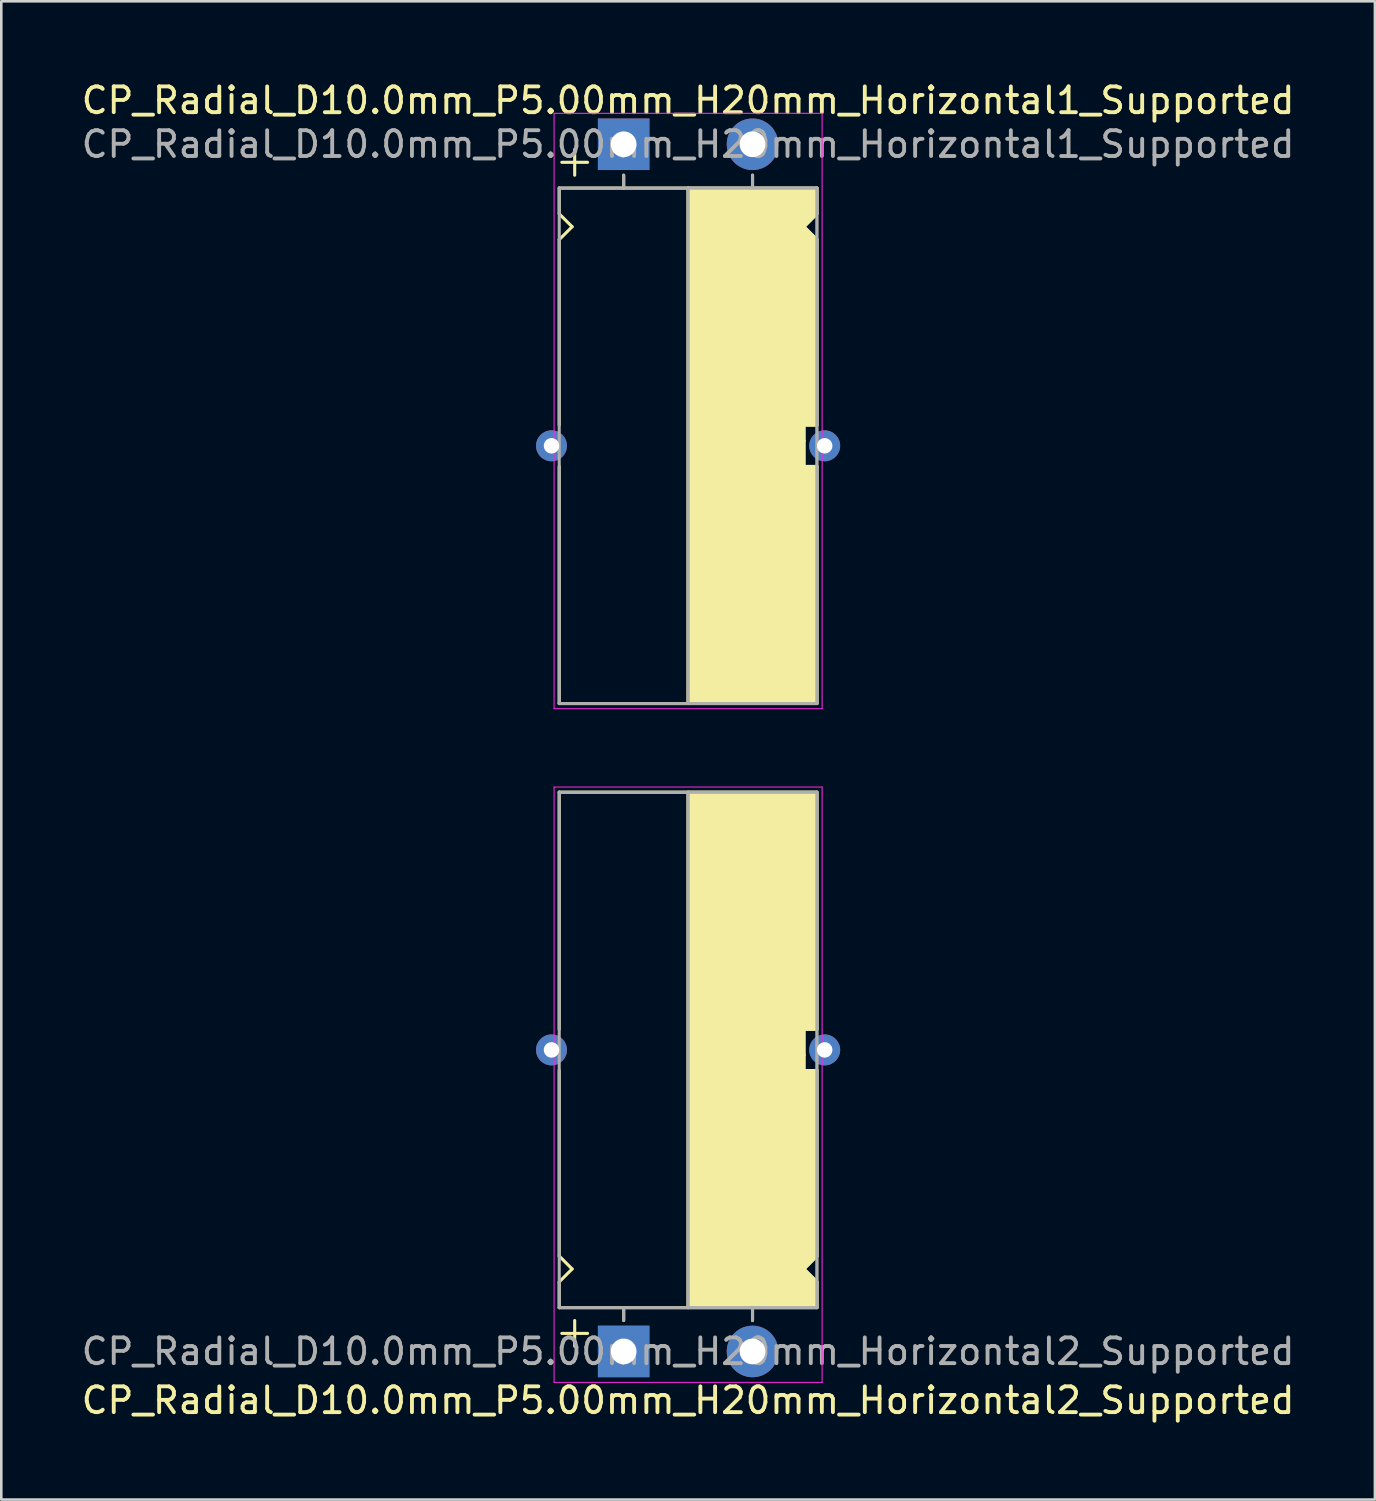
<source format=kicad_pcb>
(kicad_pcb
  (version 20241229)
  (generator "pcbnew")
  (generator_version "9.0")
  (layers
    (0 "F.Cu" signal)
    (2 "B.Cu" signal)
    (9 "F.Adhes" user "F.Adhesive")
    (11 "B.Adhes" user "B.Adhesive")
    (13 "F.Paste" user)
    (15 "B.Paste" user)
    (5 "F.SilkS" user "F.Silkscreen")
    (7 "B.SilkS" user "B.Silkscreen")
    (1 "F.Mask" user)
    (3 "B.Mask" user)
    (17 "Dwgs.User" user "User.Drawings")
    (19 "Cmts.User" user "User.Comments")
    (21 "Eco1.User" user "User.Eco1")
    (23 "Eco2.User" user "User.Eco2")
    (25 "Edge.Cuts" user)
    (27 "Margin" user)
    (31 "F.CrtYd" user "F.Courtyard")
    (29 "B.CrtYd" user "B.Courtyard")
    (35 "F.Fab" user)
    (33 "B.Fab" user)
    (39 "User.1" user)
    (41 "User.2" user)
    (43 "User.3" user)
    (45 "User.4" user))
  (footprint "CP_Radial_D10.0mm_P5.00mm_H20mm_Horizontal1_Supported"
    (layer "F.Cu")
    (at 21.149 2.548)
    (property "Reference" "CP_Radial_D10.0mm_P5.00mm_H20mm_Horizontal1_Supported" (at 2.5 -1.7 0) (layer "F.SilkS") (effects (font (size 1 1) (thickness 0.15))))
    (attr through_hole)
    (fp_line (start -2.5 1.7) (end -2.5 2.7) (stroke (width 0.12) (type solid)) (layer "F.SilkS"))
    (fp_line (start -2.5 2.7) (end -2 3.2) (stroke (width 0.12) (type solid)) (layer "F.SilkS"))
    (fp_line (start -2.5 3.7) (end -2.5 10.9) (stroke (width 0.12) (type solid)) (layer "F.SilkS"))
    (fp_line (start -2.5 12.5) (end -2.5 21.7) (stroke (width 0.12) (type solid)) (layer "F.SilkS"))
    (fp_line (start -2.5 21.7) (end 7.5 21.7) (stroke (width 0.12) (type solid)) (layer "F.SilkS"))
    (fp_line (start -2 3.2) (end -2.5 3.7) (stroke (width 0.12) (type solid)) (layer "F.SilkS"))
    (fp_line (start -1.9 0.2) (end -1.9 1.2) (stroke (width 0.12) (type solid)) (layer "F.SilkS"))
    (fp_line (start -1.4 0.7) (end -2.4 0.7) (stroke (width 0.12) (type solid)) (layer "F.SilkS"))
    (fp_line (start 0 1.7) (end 0 1.2) (stroke (width 0.12) (type solid)) (layer "F.SilkS"))
    (fp_line (start 2.5 1.7) (end -2.5 1.7) (stroke (width 0.12) (type solid)) (layer "F.SilkS"))
    (fp_line (start 2.5 21.7) (end 2.5 1.7) (stroke (width 0.12) (type solid)) (layer "F.SilkS"))
    (fp_line (start 5 1.7) (end 5 1.2) (stroke (width 0.12) (type solid)) (layer "F.SilkS"))
    (fp_line (start 7 3.2) (end 7.5 3.7) (stroke (width 0.12) (type solid)) (layer "F.SilkS"))
    (fp_line (start 7 10.9) (end 7.5 10.9) (stroke (width 0.12) (type solid)) (layer "F.SilkS"))
    (fp_line (start 7 11.5) (end 7 10.9) (stroke (width 0.12) (type solid)) (layer "F.SilkS"))
    (fp_line (start 7 12.5) (end 7 11.5) (stroke (width 0.12) (type solid)) (layer "F.SilkS"))
    (fp_line (start 7.5 1.7) (end 2.5 1.7) (stroke (width 0.12) (type solid)) (layer "F.SilkS"))
    (fp_line (start 7.5 1.7) (end 7.5 2.7) (stroke (width 0.12) (type solid)) (layer "F.SilkS"))
    (fp_line (start 7.5 2.7) (end 7 3.2) (stroke (width 0.12) (type solid)) (layer "F.SilkS"))
    (fp_line (start 7.5 3.7) (end 7.5 10.9) (stroke (width 0.12) (type solid)) (layer "F.SilkS"))
    (fp_line (start 7.5 12.5) (end 7 12.5) (stroke (width 0.12) (type solid)) (layer "F.SilkS"))
    (fp_line (start 7.5 12.5) (end 7.5 21.7) (stroke (width 0.12) (type solid)) (layer "F.SilkS"))
    (fp_poly (pts (xy 7.5 2.7) (xy 7 3.2) (xy 7.5 3.7) (xy 7.5 10.9) (xy 7 10.9) (xy 7 12.5) (xy 7.5 12.5) (xy 7.5 21.7) (xy 2.5 21.7) (xy 2.5 1.7) (xy 7.5 1.7)) (stroke (width 0.1) (type solid)) (fill yes) (layer "F.SilkS"))
    (fp_line (start -2.7 -1.2) (end 5.3 -1.2) (stroke (width 0.04) (type solid)) (layer "F.CrtYd"))
    (fp_line (start -2.7 21.9) (end -2.7 -1.2) (stroke (width 0.04) (type solid)) (layer "F.CrtYd"))
    (fp_line (start 5.3 -1.2) (end 7.7 -1.2) (stroke (width 0.04) (type solid)) (layer "F.CrtYd"))
    (fp_line (start 7.7 -1.2) (end 7.7 21.9) (stroke (width 0.04) (type solid)) (layer "F.CrtYd"))
    (fp_line (start 7.7 21.9) (end -2.7 21.9) (stroke (width 0.04) (type solid)) (layer "F.CrtYd"))
    (fp_line (start -2.5 1.7) (end -2.5 21.7) (stroke (width 0.12) (type solid)) (layer "F.Fab"))
    (fp_line (start -2.5 21.7) (end 7.5 21.7) (stroke (width 0.12) (type solid)) (layer "F.Fab"))
    (fp_line (start 0 1.7) (end 0 1.2) (stroke (width 0.12) (type solid)) (layer "F.Fab"))
    (fp_line (start 2.5 1.7) (end 2.5 21.7) (stroke (width 0.12) (type solid)) (layer "F.Fab"))
    (fp_line (start 5 1.7) (end 5 1.2) (stroke (width 0.12) (type solid)) (layer "F.Fab"))
    (fp_line (start 7.5 1.7) (end -2.5 1.7) (stroke (width 0.12) (type solid)) (layer "F.Fab"))
    (fp_line (start 7.5 21.7) (end 7.5 1.7) (stroke (width 0.12) (type solid)) (layer "F.Fab"))
    (fp_poly (pts (xy 7.5 21.7) (xy 2.5 21.7) (xy 2.5 1.7) (xy 7.5 1.7)) (stroke (width 0.1) (type solid)) (fill no) (layer "F.Fab"))
    (fp_text user "${REFERENCE}" (at 2.5 0 0) (layer "F.Fab") (effects (font (size 1 1) (thickness 0.15))))
    (pad "1" thru_hole rect (at 0 0) (size 2 2) (drill 1) (layers "*.Cu" "*.Mask"))
    (pad "2" thru_hole circle (at 5 0) (size 2 2) (drill 1) (layers "*.Cu" "*.Mask"))
    (pad "~" thru_hole circle (at -2.8 11.7) (size 1.2 1.2) (drill 0.6) (layers "*.Cu" "*.Mask"))
    (pad "~" thru_hole circle (at 7.8 11.7) (size 1.2 1.2) (drill 0.6) (layers "*.Cu" "*.Mask")))
  (footprint "CP_Radial_D10.0mm_P5.00mm_H20mm_Horizontal2_Supported"
    (layer "F.Cu")
    (at 21.149 49.388)
    (property "Reference" "CP_Radial_D10.0mm_P5.00mm_H20mm_Horizontal2_Supported" (at 2.5 1.9 0) (layer "F.SilkS") (effects (font (size 1 1) (thickness 0.15))))
    (attr through_hole)
    (fp_line (start -2.5 -21.7) (end 7.5 -21.7) (stroke (width 0.12) (type solid)) (layer "F.SilkS"))
    (fp_line (start -2.5 -12.5) (end -2.5 -21.7) (stroke (width 0.12) (type solid)) (layer "F.SilkS"))
    (fp_line (start -2.5 -3.7) (end -2.5 -10.9) (stroke (width 0.12) (type solid)) (layer "F.SilkS"))
    (fp_line (start -2.5 -2.7) (end -2 -3.2) (stroke (width 0.12) (type solid)) (layer "F.SilkS"))
    (fp_line (start -2.5 -1.7) (end -2.5 -2.7) (stroke (width 0.12) (type solid)) (layer "F.SilkS"))
    (fp_line (start -2 -3.2) (end -2.5 -3.7) (stroke (width 0.12) (type solid)) (layer "F.SilkS"))
    (fp_line (start -1.9 -1.2) (end -1.9 -0.2) (stroke (width 0.12) (type solid)) (layer "F.SilkS"))
    (fp_line (start -1.4 -0.7) (end -2.4 -0.7) (stroke (width 0.12) (type solid)) (layer "F.SilkS"))
    (fp_line (start 0 -1.7) (end 0 -1.2) (stroke (width 0.12) (type solid)) (layer "F.SilkS"))
    (fp_line (start 2.5 -21.7) (end 2.5 -1.7) (stroke (width 0.12) (type solid)) (layer "F.SilkS"))
    (fp_line (start 2.5 -1.7) (end -2.5 -1.7) (stroke (width 0.12) (type solid)) (layer "F.SilkS"))
    (fp_line (start 5 -1.7) (end 5 -1.2) (stroke (width 0.12) (type solid)) (layer "F.SilkS"))
    (fp_line (start 7 -12.5) (end 7 -11.5) (stroke (width 0.12) (type solid)) (layer "F.SilkS"))
    (fp_line (start 7 -11.5) (end 7 -10.9) (stroke (width 0.12) (type solid)) (layer "F.SilkS"))
    (fp_line (start 7 -10.9) (end 7.5 -10.9) (stroke (width 0.12) (type solid)) (layer "F.SilkS"))
    (fp_line (start 7 -3.2) (end 7.5 -3.7) (stroke (width 0.12) (type solid)) (layer "F.SilkS"))
    (fp_line (start 7.5 -12.5) (end 7 -12.5) (stroke (width 0.12) (type solid)) (layer "F.SilkS"))
    (fp_line (start 7.5 -12.5) (end 7.5 -21.7) (stroke (width 0.12) (type solid)) (layer "F.SilkS"))
    (fp_line (start 7.5 -3.7) (end 7.5 -10.9) (stroke (width 0.12) (type solid)) (layer "F.SilkS"))
    (fp_line (start 7.5 -2.7) (end 7 -3.2) (stroke (width 0.12) (type solid)) (layer "F.SilkS"))
    (fp_line (start 7.5 -1.7) (end 2.5 -1.7) (stroke (width 0.12) (type solid)) (layer "F.SilkS"))
    (fp_line (start 7.5 -1.7) (end 7.5 -2.7) (stroke (width 0.12) (type solid)) (layer "F.SilkS"))
    (fp_poly (pts (xy 7.5 -2.7) (xy 7 -3.2) (xy 7.5 -3.7) (xy 7.5 -10.9) (xy 7 -10.9) (xy 7 -12.5) (xy 7.5 -12.5) (xy 7.5 -21.7) (xy 2.5 -21.7) (xy 2.5 -1.7) (xy 7.5 -1.7)) (stroke (width 0.1) (type solid)) (fill yes) (layer "F.SilkS"))
    (fp_line (start -2.7 -21.9) (end -2.7 1.2) (stroke (width 0.04) (type solid)) (layer "F.CrtYd"))
    (fp_line (start -2.7 1.2) (end 5.3 1.2) (stroke (width 0.04) (type solid)) (layer "F.CrtYd"))
    (fp_line (start 5.3 1.2) (end 7.7 1.2) (stroke (width 0.04) (type solid)) (layer "F.CrtYd"))
    (fp_line (start 7.7 -21.9) (end -2.7 -21.9) (stroke (width 0.04) (type solid)) (layer "F.CrtYd"))
    (fp_line (start 7.7 1.2) (end 7.7 -21.9) (stroke (width 0.04) (type solid)) (layer "F.CrtYd"))
    (fp_line (start -2.5 -21.7) (end 7.5 -21.7) (stroke (width 0.12) (type solid)) (layer "F.Fab"))
    (fp_line (start -2.5 -1.7) (end -2.5 -21.7) (stroke (width 0.12) (type solid)) (layer "F.Fab"))
    (fp_line (start 0 -1.7) (end 0 -1.2) (stroke (width 0.12) (type solid)) (layer "F.Fab"))
    (fp_line (start 2.5 -1.7) (end 2.5 -21.7) (stroke (width 0.12) (type solid)) (layer "F.Fab"))
    (fp_line (start 5 -1.7) (end 5 -1.2) (stroke (width 0.12) (type solid)) (layer "F.Fab"))
    (fp_line (start 7.5 -21.7) (end 7.5 -1.7) (stroke (width 0.12) (type solid)) (layer "F.Fab"))
    (fp_line (start 7.5 -1.7) (end -2.5 -1.7) (stroke (width 0.12) (type solid)) (layer "F.Fab"))
    (fp_poly (pts (xy 7.5 -21.7) (xy 2.5 -21.7) (xy 2.5 -1.7) (xy 7.5 -1.7)) (stroke (width 0.1) (type solid)) (fill no) (layer "F.Fab"))
    (fp_text user "${REFERENCE}" (at 2.5 0 0) (layer "F.Fab") (effects (font (size 1 1) (thickness 0.15))))
    (pad "1" thru_hole rect (at 0 0) (size 2 2) (drill 1) (layers "*.Cu" "*.Mask"))
    (pad "2" thru_hole circle (at 5 0) (size 2 2) (drill 1) (layers "*.Cu" "*.Mask"))
    (pad "~" thru_hole circle (at -2.8 -11.7 180) (size 1.2 1.2) (drill 0.6) (layers "*.Cu" "*.Mask"))
    (pad "~" thru_hole circle (at 7.8 -11.7 180) (size 1.2 1.2) (drill 0.6) (layers "*.Cu" "*.Mask")))
  (gr_rect
    (start -3 -3)
    (end 50.298 55.136)
    (stroke (width 0.1) (type default))
    (fill no)
    (layer "Edge.Cuts")))
</source>
